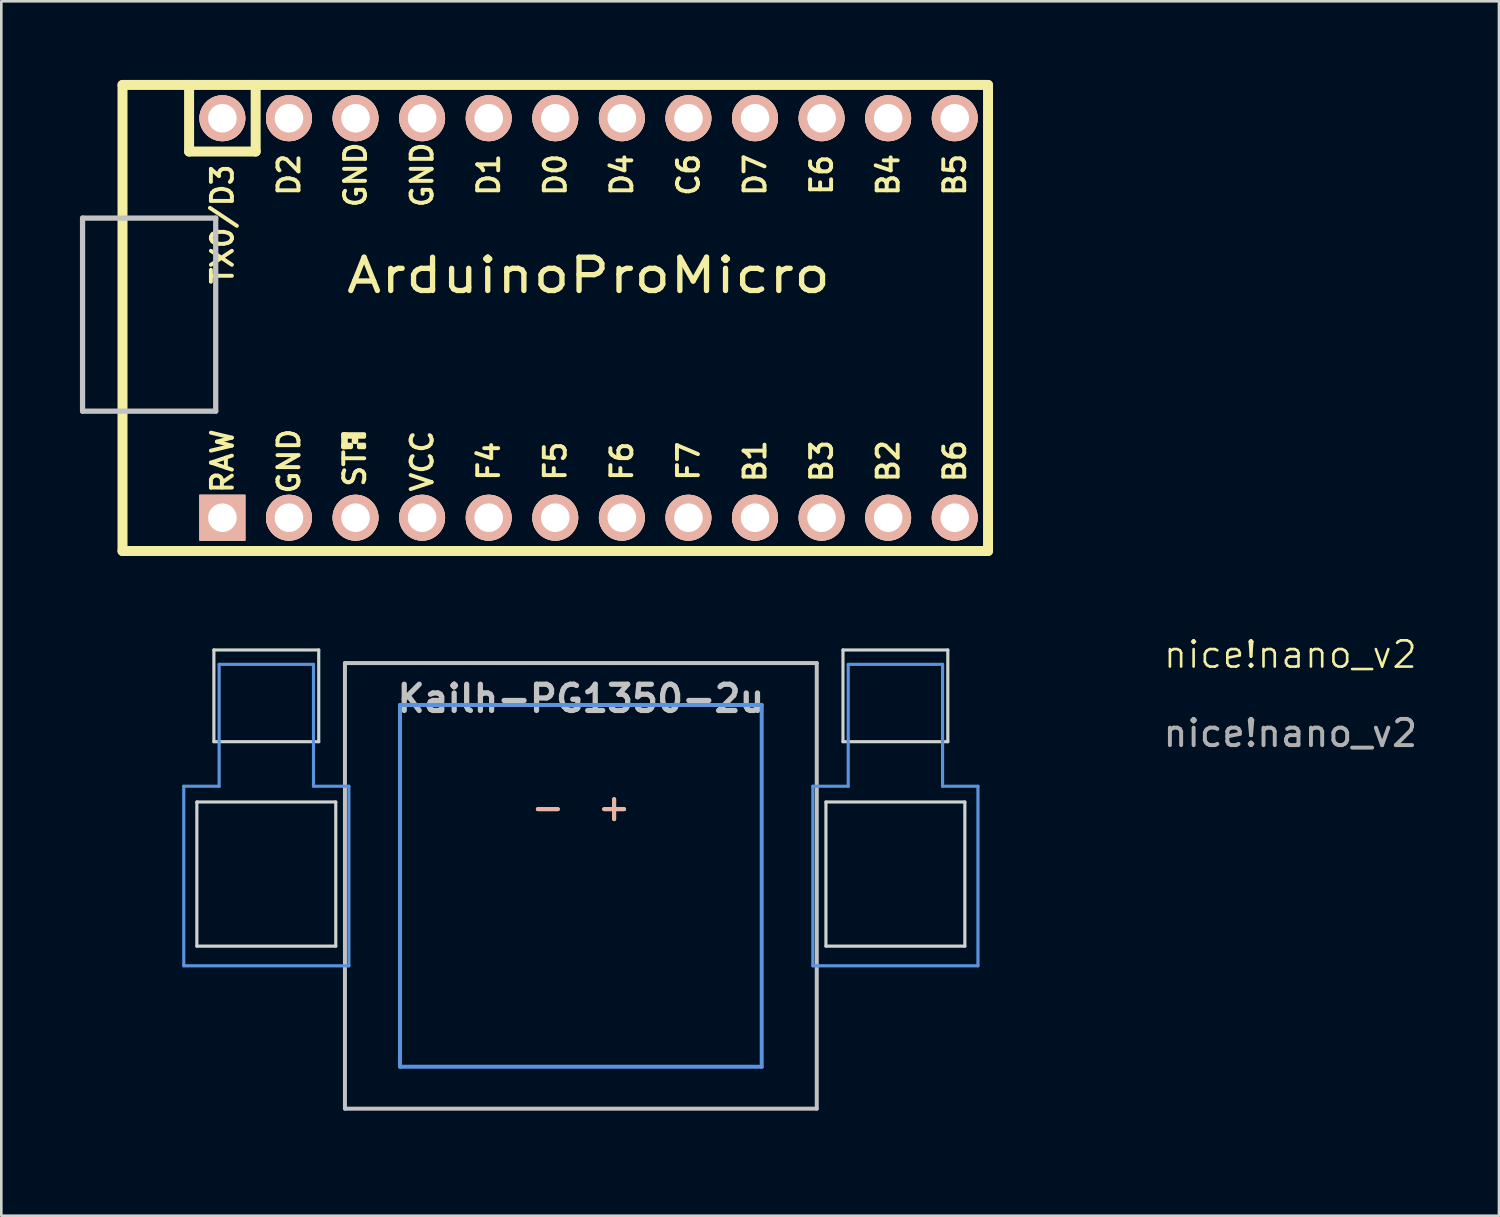
<source format=kicad_pcb>
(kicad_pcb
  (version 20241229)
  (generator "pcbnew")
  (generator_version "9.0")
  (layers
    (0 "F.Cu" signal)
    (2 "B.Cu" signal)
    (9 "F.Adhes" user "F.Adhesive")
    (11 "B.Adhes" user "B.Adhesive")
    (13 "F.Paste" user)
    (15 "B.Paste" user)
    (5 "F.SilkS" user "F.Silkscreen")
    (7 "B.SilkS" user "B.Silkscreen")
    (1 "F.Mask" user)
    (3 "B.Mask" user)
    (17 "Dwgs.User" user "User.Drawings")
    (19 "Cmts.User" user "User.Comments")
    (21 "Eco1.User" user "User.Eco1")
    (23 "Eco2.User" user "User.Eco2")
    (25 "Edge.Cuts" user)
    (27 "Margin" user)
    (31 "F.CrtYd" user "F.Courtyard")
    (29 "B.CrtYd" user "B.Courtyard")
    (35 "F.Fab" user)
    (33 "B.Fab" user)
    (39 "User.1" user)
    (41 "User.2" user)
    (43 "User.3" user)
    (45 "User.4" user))
  (footprint "nice!nano_v2"
    (layer "F.Cu")
    (at 46.178 22.422)
    (property "Reference" "nice!nano_v2" (at 0 -0.5 0) (unlocked yes) (layer "F.SilkS") (effects (font (size 1 1) (thickness 0.1))))
    (attr through_hole)
    (fp_text user "${REFERENCE}" (at 0 2.5 0) (unlocked yes) (layer "F.Fab") (effects (font (size 1 1) (thickness 0.15)))))
  (footprint "ArduinoProMicro"
    (layer "F.Cu")
    (at 19.404 9.081)
    (property "Reference" "ArduinoProMicro" (at 0 -1.625 0) (layer "F.SilkS") (effects (font (size 1.27 1.524) (thickness 0.203))))
    (attr through_hole)
    (fp_line (start -17.78 -8.89) (end -15.24 -8.89) (stroke (width 0.381) (type solid)) (layer "F.SilkS"))
    (fp_line (start -17.78 8.89) (end -17.78 -8.89) (stroke (width 0.381) (type solid)) (layer "F.SilkS"))
    (fp_line (start -15.24 -8.89) (end 15.24 -8.89) (stroke (width 0.381) (type solid)) (layer "F.SilkS"))
    (fp_line (start -15.24 -6.35) (end -15.24 -8.89) (stroke (width 0.381) (type solid)) (layer "F.SilkS"))
    (fp_line (start -15.24 -6.35) (end -12.7 -6.35) (stroke (width 0.381) (type solid)) (layer "F.SilkS"))
    (fp_line (start -15.24 8.89) (end -17.78 8.89) (stroke (width 0.381) (type solid)) (layer "F.SilkS"))
    (fp_line (start -12.7 -6.35) (end -12.7 -8.89) (stroke (width 0.381) (type solid)) (layer "F.SilkS"))
    (fp_line (start 15.24 -8.89) (end 15.24 8.89) (stroke (width 0.381) (type solid)) (layer "F.SilkS"))
    (fp_line (start 15.24 8.89) (end -15.24 8.89) (stroke (width 0.381) (type solid)) (layer "F.SilkS"))
    (fp_poly (pts (xy -9.361 4.532) (xy -8.561 4.532) (xy -8.561 4.432) (xy -9.361 4.432)) (stroke (width 0.15) (type solid)) (fill yes) (layer "F.SilkS"))
    (fp_poly (pts (xy -9.361 4.932) (xy -9.261 4.932) (xy -9.261 4.432) (xy -9.361 4.432)) (stroke (width 0.15) (type solid)) (fill yes) (layer "F.SilkS"))
    (fp_poly (pts (xy -9.361 4.932) (xy -9.061 4.932) (xy -9.061 4.832) (xy -9.361 4.832)) (stroke (width 0.15) (type solid)) (fill yes) (layer "F.SilkS"))
    (fp_poly (pts (xy -8.961 4.732) (xy -8.861 4.732) (xy -8.861 4.632) (xy -8.961 4.632)) (stroke (width 0.15) (type solid)) (fill yes) (layer "F.SilkS"))
    (fp_poly (pts (xy -8.761 4.932) (xy -8.561 4.932) (xy -8.561 4.832) (xy -8.761 4.832)) (stroke (width 0.15) (type solid)) (fill yes) (layer "F.SilkS"))
    (fp_line (start -19.304 -3.81) (end -19.304 3.556) (stroke (width 0.2) (type solid)) (layer "Dwgs.User"))
    (fp_line (start -19.304 3.556) (end -14.224 3.556) (stroke (width 0.2) (type solid)) (layer "Dwgs.User"))
    (fp_line (start -14.224 -3.81) (end -19.304 -3.81) (stroke (width 0.2) (type solid)) (layer "Dwgs.User"))
    (fp_line (start -14.224 3.556) (end -14.224 -3.81) (stroke (width 0.2) (type solid)) (layer "Dwgs.User"))
    (fp_text user "VCC" (at -6.35 5.461 90) (layer "F.SilkS") (effects (font (size 0.8 0.8) (thickness 0.15))))
    (fp_text user "D0" (at -1.27 -5.461 90) (layer "F.SilkS") (effects (font (size 0.8 0.8) (thickness 0.15))))
    (fp_text user "C6" (at 3.81 -5.461 90) (layer "F.SilkS") (effects (font (size 0.8 0.8) (thickness 0.15))))
    (fp_text user "D2" (at -11.43 -5.461 90) (layer "F.SilkS") (effects (font (size 0.8 0.8) (thickness 0.15))))
    (fp_text user "B1" (at 6.35 5.461 90) (layer "F.SilkS") (effects (font (size 0.8 0.8) (thickness 0.15))))
    (fp_text user "B3" (at 8.89 5.461 90) (layer "F.SilkS") (effects (font (size 0.8 0.8) (thickness 0.15))))
    (fp_text user "F6" (at 1.27 5.461 90) (layer "F.SilkS") (effects (font (size 0.8 0.8) (thickness 0.15))))
    (fp_text user "B2" (at 11.43 5.461 90) (layer "F.SilkS") (effects (font (size 0.8 0.8) (thickness 0.15))))
    (fp_text user "F5" (at -1.27 5.461 90) (layer "F.SilkS") (effects (font (size 0.8 0.8) (thickness 0.15))))
    (fp_text user "D7" (at 6.35 -5.461 90) (layer "F.SilkS") (effects (font (size 0.8 0.8) (thickness 0.15))))
    (fp_text user "GND" (at -6.35 -5.461 90) (layer "F.SilkS") (effects (font (size 0.8 0.8) (thickness 0.15))))
    (fp_text user "E6" (at 8.89 -5.461 90) (layer "F.SilkS") (effects (font (size 0.8 0.8) (thickness 0.15))))
    (fp_text user "TX0/D3" (at -13.97 -3.572 90) (layer "F.SilkS") (effects (font (size 0.8 0.8) (thickness 0.15))))
    (fp_text user "F4" (at -3.81 5.461 90) (layer "F.SilkS") (effects (font (size 0.8 0.8) (thickness 0.15))))
    (fp_text user "B4" (at 11.43 -5.461 90) (layer "F.SilkS") (effects (font (size 0.8 0.8) (thickness 0.15))))
    (fp_text user "F7" (at 3.81 5.461 90) (layer "F.SilkS") (effects (font (size 0.8 0.8) (thickness 0.15))))
    (fp_text user "D1" (at -3.81 -5.461 90) (layer "F.SilkS") (effects (font (size 0.8 0.8) (thickness 0.15))))
    (fp_text user "D4" (at 1.27 -5.461 90) (layer "F.SilkS") (effects (font (size 0.8 0.8) (thickness 0.15))))
    (fp_text user "GND" (at -8.89 -5.461 90) (layer "F.SilkS") (effects (font (size 0.8 0.8) (thickness 0.15))))
    (fp_text user "ST" (at -8.92 5.733 90) (layer "F.SilkS") (effects (font (size 0.8 0.8) (thickness 0.15))))
    (fp_text user "B6" (at 13.97 5.461 90) (layer "F.SilkS") (effects (font (size 0.8 0.8) (thickness 0.15))))
    (fp_text user "GND" (at -11.43 5.461 90) (layer "F.SilkS") (effects (font (size 0.8 0.8) (thickness 0.15))))
    (fp_text user "RAW" (at -13.97 5.461 90) (layer "F.SilkS") (effects (font (size 0.8 0.8) (thickness 0.15))))
    (fp_text user "B5" (at 13.97 -5.461 90) (layer "F.SilkS") (effects (font (size 0.8 0.8) (thickness 0.15))))
    (pad "1" thru_hole rect (at -13.97 7.62) (size 1.753 1.753) (drill 1.092) (layers "*.Cu" "*.SilkS" "*.Mask"))
    (pad "2" thru_hole circle (at -11.43 7.62) (size 1.753 1.753) (drill 1.092) (layers "*.Cu" "*.SilkS" "*.Mask"))
    (pad "3" thru_hole circle (at -8.89 7.62) (size 1.753 1.753) (drill 1.092) (layers "*.Cu" "*.SilkS" "*.Mask"))
    (pad "4" thru_hole circle (at -6.35 7.62) (size 1.753 1.753) (drill 1.092) (layers "*.Cu" "*.SilkS" "*.Mask"))
    (pad "5" thru_hole circle (at -3.81 7.62) (size 1.753 1.753) (drill 1.092) (layers "*.Cu" "*.SilkS" "*.Mask"))
    (pad "6" thru_hole circle (at -1.27 7.62) (size 1.753 1.753) (drill 1.092) (layers "*.Cu" "*.SilkS" "*.Mask"))
    (pad "7" thru_hole circle (at 1.27 7.62) (size 1.753 1.753) (drill 1.092) (layers "*.Cu" "*.SilkS" "*.Mask"))
    (pad "8" thru_hole circle (at 3.81 7.62) (size 1.753 1.753) (drill 1.092) (layers "*.Cu" "*.SilkS" "*.Mask"))
    (pad "9" thru_hole circle (at 6.35 7.62) (size 1.753 1.753) (drill 1.092) (layers "*.Cu" "*.SilkS" "*.Mask"))
    (pad "10" thru_hole circle (at 8.89 7.62) (size 1.753 1.753) (drill 1.092) (layers "*.Cu" "*.SilkS" "*.Mask"))
    (pad "11" thru_hole circle (at 11.43 7.62) (size 1.753 1.753) (drill 1.092) (layers "*.Cu" "*.SilkS" "*.Mask"))
    (pad "12" thru_hole circle (at 13.97 7.62) (size 1.753 1.753) (drill 1.092) (layers "*.Cu" "*.SilkS" "*.Mask"))
    (pad "13" thru_hole circle (at 13.97 -7.62) (size 1.753 1.753) (drill 1.092) (layers "*.Cu" "*.SilkS" "*.Mask"))
    (pad "14" thru_hole circle (at 11.43 -7.62) (size 1.753 1.753) (drill 1.092) (layers "*.Cu" "*.SilkS" "*.Mask"))
    (pad "15" thru_hole circle (at 8.89 -7.62) (size 1.753 1.753) (drill 1.092) (layers "*.Cu" "*.SilkS" "*.Mask"))
    (pad "16" thru_hole circle (at 6.35 -7.62) (size 1.753 1.753) (drill 1.092) (layers "*.Cu" "*.SilkS" "*.Mask"))
    (pad "17" thru_hole circle (at 3.81 -7.62) (size 1.753 1.753) (drill 1.092) (layers "*.Cu" "*.SilkS" "*.Mask"))
    (pad "18" thru_hole circle (at 1.27 -7.62) (size 1.753 1.753) (drill 1.092) (layers "*.Cu" "*.SilkS" "*.Mask"))
    (pad "19" thru_hole circle (at -1.27 -7.62) (size 1.753 1.753) (drill 1.092) (layers "*.Cu" "*.SilkS" "*.Mask"))
    (pad "20" thru_hole circle (at -3.81 -7.62) (size 1.753 1.753) (drill 1.092) (layers "*.Cu" "*.SilkS" "*.Mask"))
    (pad "21" thru_hole circle (at -6.35 -7.62) (size 1.753 1.753) (drill 1.092) (layers "*.Cu" "*.SilkS" "*.Mask"))
    (pad "22" thru_hole circle (at -8.89 -7.62) (size 1.753 1.753) (drill 1.092) (layers "*.Cu" "*.SilkS" "*.Mask"))
    (pad "23" thru_hole circle (at -11.43 -7.62) (size 1.753 1.753) (drill 1.092) (layers "*.Cu" "*.SilkS" "*.Mask"))
    (pad "24" thru_hole circle (at -13.97 -7.62) (size 1.753 1.753) (drill 1.092) (layers "*.Cu" "*.SilkS" "*.Mask")))
  (footprint "Kailh-PG1350-2u"
    (layer "F.Cu")
    (at 19.11 30.746)
    (property "Reference" "Kailh-PG1350-2u" (at 0 -7.144 180) (layer "Dwgs.User") (effects (font (size 1 1) (thickness 0.2))))
    (attr through_hole)
    (fp_line (start -9 -8.5) (end 9 -8.5) (stroke (width 0.152) (type solid)) (layer "Dwgs.User"))
    (fp_line (start -9 8.5) (end -9 -8.5) (stroke (width 0.152) (type solid)) (layer "Dwgs.User"))
    (fp_line (start 9 -8.5) (end 9 8.5) (stroke (width 0.152) (type solid)) (layer "Dwgs.User"))
    (fp_line (start 9 8.5) (end -9 8.5) (stroke (width 0.152) (type solid)) (layer "Dwgs.User"))
    (fp_line (start -15.15 -3.8) (end -13.8 -3.8) (stroke (width 0.12) (type solid)) (layer "Cmts.User"))
    (fp_line (start -15.15 3.05) (end -15.15 -3.8) (stroke (width 0.12) (type solid)) (layer "Cmts.User"))
    (fp_line (start -15.15 3.05) (end -8.85 3.05) (stroke (width 0.12) (type solid)) (layer "Cmts.User"))
    (fp_line (start -13.8 -8.45) (end -13.8 -3.8) (stroke (width 0.12) (type solid)) (layer "Cmts.User"))
    (fp_line (start -13.8 -8.45) (end -10.2 -8.45) (stroke (width 0.12) (type solid)) (layer "Cmts.User"))
    (fp_line (start -10.2 -8.45) (end -10.2 -3.8) (stroke (width 0.12) (type solid)) (layer "Cmts.User"))
    (fp_line (start -10.2 -3.8) (end -8.85 -3.8) (stroke (width 0.12) (type solid)) (layer "Cmts.User"))
    (fp_line (start -8.85 3.05) (end -8.85 -3.8) (stroke (width 0.12) (type solid)) (layer "Cmts.User"))
    (fp_line (start -6.9 -6.9) (end 6.9 -6.9) (stroke (width 0.152) (type solid)) (layer "Cmts.User"))
    (fp_line (start -6.9 6.9) (end -6.9 -6.9) (stroke (width 0.152) (type solid)) (layer "Cmts.User"))
    (fp_line (start 6.9 -6.9) (end 6.9 6.9) (stroke (width 0.152) (type solid)) (layer "Cmts.User"))
    (fp_line (start 6.9 6.9) (end -6.9 6.9) (stroke (width 0.152) (type solid)) (layer "Cmts.User"))
    (fp_line (start 8.85 -3.8) (end 10.2 -3.8) (stroke (width 0.12) (type solid)) (layer "Cmts.User"))
    (fp_line (start 8.85 3.05) (end 8.85 -3.8) (stroke (width 0.12) (type solid)) (layer "Cmts.User"))
    (fp_line (start 8.85 3.05) (end 15.15 3.05) (stroke (width 0.12) (type solid)) (layer "Cmts.User"))
    (fp_line (start 10.2 -8.45) (end 10.2 -3.8) (stroke (width 0.12) (type solid)) (layer "Cmts.User"))
    (fp_line (start 10.2 -8.45) (end 13.8 -8.45) (stroke (width 0.12) (type solid)) (layer "Cmts.User"))
    (fp_line (start 13.8 -8.45) (end 13.8 -3.8) (stroke (width 0.12) (type solid)) (layer "Cmts.User"))
    (fp_line (start 13.8 -3.8) (end 15.15 -3.8) (stroke (width 0.12) (type solid)) (layer "Cmts.User"))
    (fp_line (start 15.15 3.05) (end 15.15 -3.8) (stroke (width 0.12) (type solid)) (layer "Cmts.User"))
    (fp_line (start -19.05 -9.525) (end -19.05 9.525) (stroke (width 0.12) (type solid)) (layer "Eco1.User"))
    (fp_line (start -19.05 -9.525) (end 19.05 -9.525) (stroke (width 0.12) (type solid)) (layer "Eco1.User"))
    (fp_line (start -19.05 9.525) (end 19.05 9.525) (stroke (width 0.12) (type solid)) (layer "Eco1.User"))
    (fp_line (start 19.05 -9.525) (end 19.05 9.525) (stroke (width 0.12) (type solid)) (layer "Eco1.User"))
    (fp_line (start -7.5 -7.5) (end 7.5 -7.5) (stroke (width 0.152) (type solid)) (layer "Eco2.User"))
    (fp_line (start -7.5 7.5) (end -7.5 -7.5) (stroke (width 0.152) (type solid)) (layer "Eco2.User"))
    (fp_line (start 7.5 -7.5) (end 7.5 7.5) (stroke (width 0.152) (type solid)) (layer "Eco2.User"))
    (fp_line (start 7.5 7.5) (end -7.5 7.5) (stroke (width 0.152) (type solid)) (layer "Eco2.User"))
    (fp_line (start -14.65 -3.2) (end -14.65 2.3) (stroke (width 0.12) (type solid)) (layer "Edge.Cuts"))
    (fp_line (start -14.65 -3.2) (end -9.35 -3.2) (stroke (width 0.12) (type solid)) (layer "Edge.Cuts"))
    (fp_line (start -14.65 2.3) (end -9.35 2.3) (stroke (width 0.12) (type solid)) (layer "Edge.Cuts"))
    (fp_line (start -14 -9) (end -14 -5.5) (stroke (width 0.12) (type solid)) (layer "Edge.Cuts"))
    (fp_line (start -14 -9) (end -10 -9) (stroke (width 0.12) (type solid)) (layer "Edge.Cuts"))
    (fp_line (start -14 -5.5) (end -10 -5.5) (stroke (width 0.12) (type solid)) (layer "Edge.Cuts"))
    (fp_line (start -10 -5.5) (end -10 -9) (stroke (width 0.12) (type solid)) (layer "Edge.Cuts"))
    (fp_line (start -9.35 2.3) (end -9.35 -3.2) (stroke (width 0.12) (type solid)) (layer "Edge.Cuts"))
    (fp_line (start 9.35 -3.2) (end 9.35 2.3) (stroke (width 0.12) (type solid)) (layer "Edge.Cuts"))
    (fp_line (start 9.35 -3.2) (end 14.65 -3.2) (stroke (width 0.12) (type solid)) (layer "Edge.Cuts"))
    (fp_line (start 9.35 2.3) (end 14.65 2.3) (stroke (width 0.12) (type solid)) (layer "Edge.Cuts"))
    (fp_line (start 10 -9) (end 10 -5.5) (stroke (width 0.12) (type solid)) (layer "Edge.Cuts"))
    (fp_line (start 10 -9) (end 14 -9) (stroke (width 0.12) (type solid)) (layer "Edge.Cuts"))
    (fp_line (start 10 -5.5) (end 14 -5.5) (stroke (width 0.12) (type solid)) (layer "Edge.Cuts"))
    (fp_line (start 14 -5.5) (end 14 -9) (stroke (width 0.12) (type solid)) (layer "Edge.Cuts"))
    (fp_line (start 14.65 2.3) (end 14.65 -3.2) (stroke (width 0.12) (type solid)) (layer "Edge.Cuts"))
    (fp_text user "-" (at -1.26 -3 180) (layer "F.SilkS") (effects (font (size 1 1) (thickness 0.15))))
    (fp_text user "+" (at 1.27 -3 180) (layer "F.SilkS") (effects (font (size 1 1) (thickness 0.15))))
    (fp_text user "+" (at 1.27 -3 180) (layer "B.SilkS") (effects (font (size 1 1) (thickness 0.15)) (justify mirror)))
    (fp_text user "-" (at -1.26 -3 180) (layer "B.SilkS") (effects (font (size 1 1) (thickness 0.15)) (justify mirror))))
  (gr_rect
    (start -3 -3)
    (end 54.137 43.331)
    (stroke (width 0.1) (type default))
    (fill no)
    (layer "Edge.Cuts")))
</source>
